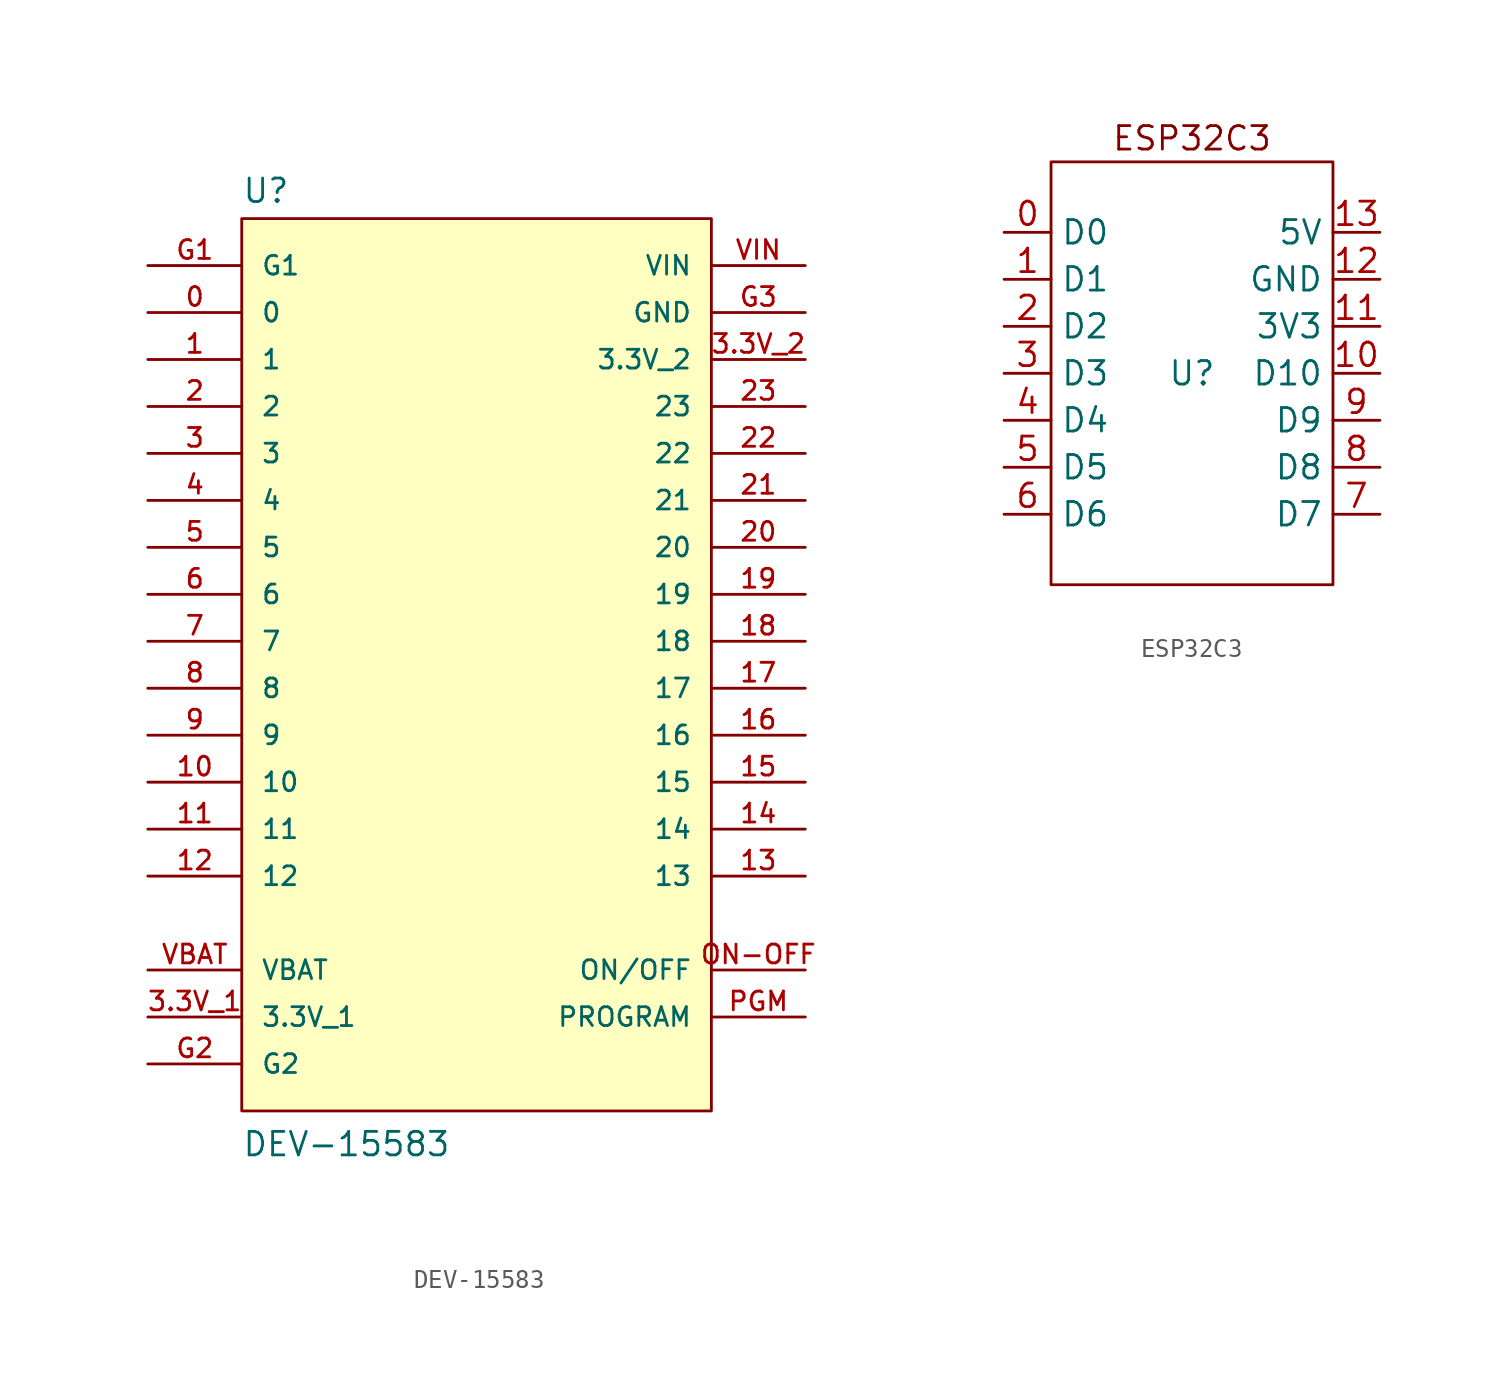
<source format=kicad_sym>
(kicad_symbol_lib
  (version 20220914)
  (generator kicad_symbol_editor)
  (symbol "DEV-15583"
    (pin_names
      (offset 1.016))
    (property "Reference" "U"
      (at -12.7 23.622 0)
      (effects (font (size 1.27 1.27)) (justify left bottom)))
    (property "Value" "DEV-15583"
      (at -12.7 -27.94 0)
      (effects (font (size 1.27 1.27)) (justify left bottom)))
    (symbol "DEV-15583_0_0"
      (rectangle (start -12.7 -25.4) (end 12.7 22.86) (stroke (width 0.152) (type default)) (fill (type background)))
      (pin bidirectional line (at -17.78 17.78 0) (length 5.08) (name "0" (effects (font (size 1.016 1.016)))) (number "0" (effects (font (size 1.016 1.016)))))
      (pin bidirectional line (at -17.78 15.24 0) (length 5.08) (name "1" (effects (font (size 1.016 1.016)))) (number "1" (effects (font (size 1.016 1.016)))))
      (pin bidirectional line (at -17.78 -7.62 0) (length 5.08) (name "10" (effects (font (size 1.016 1.016)))) (number "10" (effects (font (size 1.016 1.016)))))
      (pin bidirectional line (at -17.78 -10.16 0) (length 5.08) (name "11" (effects (font (size 1.016 1.016)))) (number "11" (effects (font (size 1.016 1.016)))))
      (pin bidirectional line (at -17.78 -12.7 0) (length 5.08) (name "12" (effects (font (size 1.016 1.016)))) (number "12" (effects (font (size 1.016 1.016)))))
      (pin bidirectional line (at 17.78 -12.7 180) (length 5.08) (name "13" (effects (font (size 1.016 1.016)))) (number "13" (effects (font (size 1.016 1.016)))))
      (pin bidirectional line (at 17.78 -10.16 180) (length 5.08) (name "14" (effects (font (size 1.016 1.016)))) (number "14" (effects (font (size 1.016 1.016)))))
      (pin bidirectional line (at 17.78 -7.62 180) (length 5.08) (name "15" (effects (font (size 1.016 1.016)))) (number "15" (effects (font (size 1.016 1.016)))))
      (pin bidirectional line (at 17.78 -5.08 180) (length 5.08) (name "16" (effects (font (size 1.016 1.016)))) (number "16" (effects (font (size 1.016 1.016)))))
      (pin bidirectional line (at 17.78 -2.54 180) (length 5.08) (name "17" (effects (font (size 1.016 1.016)))) (number "17" (effects (font (size 1.016 1.016)))))
      (pin bidirectional line (at 17.78 0 180) (length 5.08) (name "18" (effects (font (size 1.016 1.016)))) (number "18" (effects (font (size 1.016 1.016)))))
      (pin bidirectional line (at 17.78 2.54 180) (length 5.08) (name "19" (effects (font (size 1.016 1.016)))) (number "19" (effects (font (size 1.016 1.016)))))
      (pin bidirectional line (at -17.78 12.7 0) (length 5.08) (name "2" (effects (font (size 1.016 1.016)))) (number "2" (effects (font (size 1.016 1.016)))))
      (pin bidirectional line (at 17.78 5.08 180) (length 5.08) (name "20" (effects (font (size 1.016 1.016)))) (number "20" (effects (font (size 1.016 1.016)))))
      (pin bidirectional line (at 17.78 7.62 180) (length 5.08) (name "21" (effects (font (size 1.016 1.016)))) (number "21" (effects (font (size 1.016 1.016)))))
      (pin bidirectional line (at 17.78 10.16 180) (length 5.08) (name "22" (effects (font (size 1.016 1.016)))) (number "22" (effects (font (size 1.016 1.016)))))
      (pin bidirectional line (at 17.78 12.7 180) (length 5.08) (name "23" (effects (font (size 1.016 1.016)))) (number "23" (effects (font (size 1.016 1.016)))))
      (pin bidirectional line (at -17.78 10.16 0) (length 5.08) (name "3" (effects (font (size 1.016 1.016)))) (number "3" (effects (font (size 1.016 1.016)))))
      (pin power_in line (at -17.78 -20.32 0) (length 5.08) (name "3.3V_1" (effects (font (size 1.016 1.016)))) (number "3.3V_1" (effects (font (size 1.016 1.016)))))
      (pin power_in line (at 17.78 15.24 180) (length 5.08) (name "3.3V_2" (effects (font (size 1.016 1.016)))) (number "3.3V_2" (effects (font (size 1.016 1.016)))))
      (pin bidirectional line (at -17.78 7.62 0) (length 5.08) (name "4" (effects (font (size 1.016 1.016)))) (number "4" (effects (font (size 1.016 1.016)))))
      (pin bidirectional line (at -17.78 5.08 0) (length 5.08) (name "5" (effects (font (size 1.016 1.016)))) (number "5" (effects (font (size 1.016 1.016)))))
      (pin bidirectional line (at -17.78 2.54 0) (length 5.08) (name "6" (effects (font (size 1.016 1.016)))) (number "6" (effects (font (size 1.016 1.016)))))
      (pin bidirectional line (at -17.78 0 0) (length 5.08) (name "7" (effects (font (size 1.016 1.016)))) (number "7" (effects (font (size 1.016 1.016)))))
      (pin bidirectional line (at -17.78 -2.54 0) (length 5.08) (name "8" (effects (font (size 1.016 1.016)))) (number "8" (effects (font (size 1.016 1.016)))))
      (pin bidirectional line (at -17.78 -5.08 0) (length 5.08) (name "9" (effects (font (size 1.016 1.016)))) (number "9" (effects (font (size 1.016 1.016)))))
      (pin power_in line (at -17.78 20.32 0) (length 5.08) (name "G1" (effects (font (size 1.016 1.016)))) (number "G1" (effects (font (size 1.016 1.016)))))
      (pin power_in line (at -17.78 -22.86 0) (length 5.08) (name "G2" (effects (font (size 1.016 1.016)))) (number "G2" (effects (font (size 1.016 1.016)))))
      (pin bidirectional line (at 17.78 -17.78 180) (length 5.08) (name "ON/OFF" (effects (font (size 1.016 1.016)))) (number "ON-OFF" (effects (font (size 1.016 1.016)))))
      (pin bidirectional line (at 17.78 -20.32 180) (length 5.08) (name "PROGRAM" (effects (font (size 1.016 1.016)))) (number "PGM" (effects (font (size 1.016 1.016)))))
      (pin power_in line (at -17.78 -17.78 0) (length 5.08) (name "VBAT" (effects (font (size 1.016 1.016)))) (number "VBAT" (effects (font (size 1.016 1.016)))))
      (pin power_in line (at 17.78 20.32 180) (length 5.08) (name "VIN" (effects (font (size 1.016 1.016)))) (number "VIN" (effects (font (size 1.016 1.016))))))
    (symbol "DEV-15583_1_0"
      (pin power_in line (at 17.78 17.78 180) (length 5.08) (name "GND" (effects (font (size 1.016 1.016)))) (number "G3" (effects (font (size 1.016 1.016)))))))
  (symbol "ESP32C3"
    (property "Reference" "U"
      (at 0 0 0)
      (effects (font (size 1.27 1.27))))
    (property "Value" ""
      (at 0 0 0)
      (effects (font (size 1.27 1.27))))
    (symbol "ESP32C3_0_1"
      (rectangle (start -7.62 11.43) (end 7.62 -11.43) (stroke (width 0) (type default)) (fill (type none))))
    (symbol "ESP32C3_1_1"
      (text "ESP32C3\n" (at 0 12.7 0) (effects (font (size 1.27 1.27))))
      (pin bidirectional line (at -10.16 7.62 0) (length 2.54) (name "D0" (effects (font (size 1.27 1.27)))) (number "0" (effects (font (size 1.27 1.27)))))
      (pin bidirectional line (at -10.16 5.08 0) (length 2.54) (name "D1" (effects (font (size 1.27 1.27)))) (number "1" (effects (font (size 1.27 1.27)))))
      (pin bidirectional line (at 10.16 0 180) (length 2.54) (name "D10" (effects (font (size 1.27 1.27)))) (number "10" (effects (font (size 1.27 1.27)))))
      (pin power_out line (at 10.16 2.54 180) (length 2.54) (name "3V3" (effects (font (size 1.27 1.27)))) (number "11" (effects (font (size 1.27 1.27)))))
      (pin power_in line (at 10.16 5.08 180) (length 2.54) (name "GND" (effects (font (size 1.27 1.27)))) (number "12" (effects (font (size 1.27 1.27)))))
      (pin power_in line (at 10.16 7.62 180) (length 2.54) (name "5V" (effects (font (size 1.27 1.27)))) (number "13" (effects (font (size 1.27 1.27)))))
      (pin bidirectional line (at -10.16 2.54 0) (length 2.54) (name "D2" (effects (font (size 1.27 1.27)))) (number "2" (effects (font (size 1.27 1.27)))))
      (pin bidirectional line (at -10.16 0 0) (length 2.54) (name "D3" (effects (font (size 1.27 1.27)))) (number "3" (effects (font (size 1.27 1.27)))))
      (pin bidirectional line (at -10.16 -2.54 0) (length 2.54) (name "D4" (effects (font (size 1.27 1.27)))) (number "4" (effects (font (size 1.27 1.27)))))
      (pin bidirectional line (at -10.16 -5.08 0) (length 2.54) (name "D5" (effects (font (size 1.27 1.27)))) (number "5" (effects (font (size 1.27 1.27)))))
      (pin bidirectional line (at -10.16 -7.62 0) (length 2.54) (name "D6" (effects (font (size 1.27 1.27)))) (number "6" (effects (font (size 1.27 1.27)))))
      (pin bidirectional line (at 10.16 -7.62 180) (length 2.54) (name "D7" (effects (font (size 1.27 1.27)))) (number "7" (effects (font (size 1.27 1.27)))))
      (pin bidirectional line (at 10.16 -5.08 180) (length 2.54) (name "D8" (effects (font (size 1.27 1.27)))) (number "8" (effects (font (size 1.27 1.27)))))
      (pin bidirectional line (at 10.16 -2.54 180) (length 2.54) (name "D9" (effects (font (size 1.27 1.27)))) (number "9" (effects (font (size 1.27 1.27))))))))
</source>
